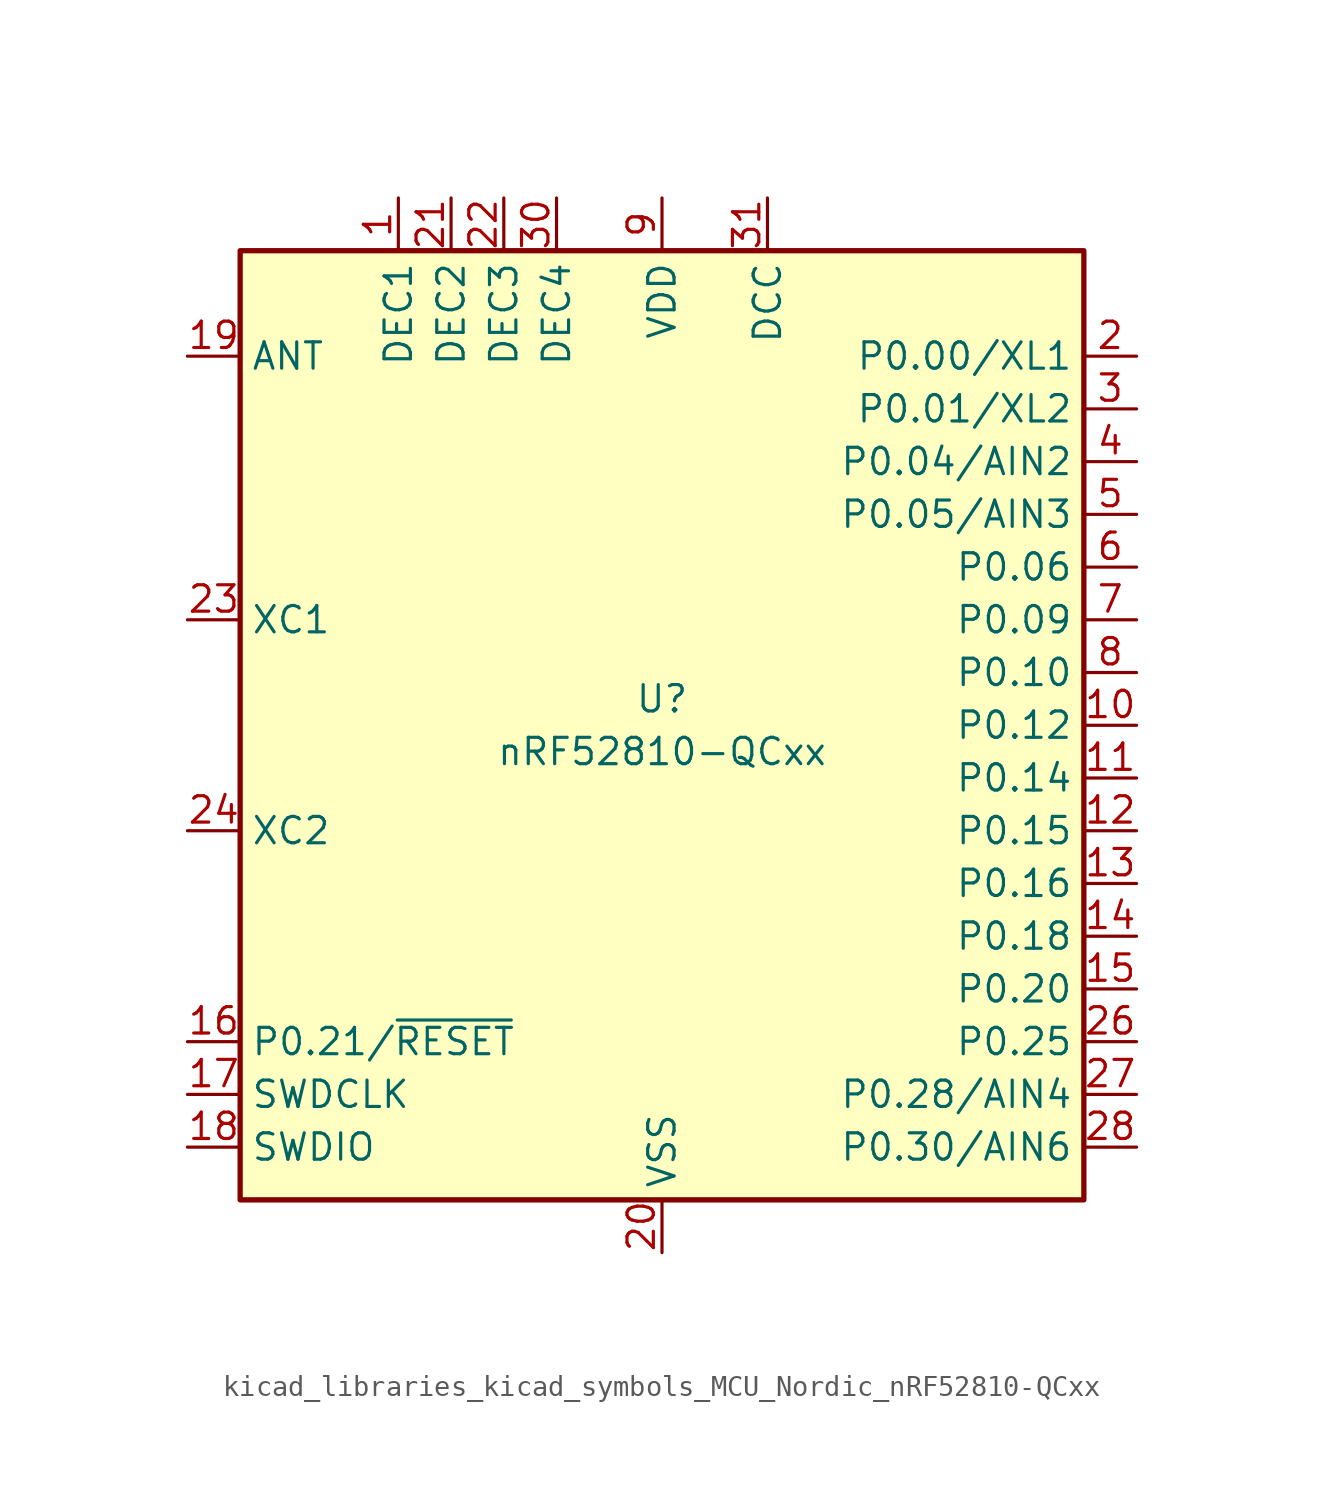
<source format=kicad_sym>
(kicad_symbol_lib
  (version 20220914)
  (generator kicad_symbol_editor)
  (symbol "kicad_libraries_kicad_symbols_MCU_Nordic_nRF52810-QCxx"
    (property "Reference" "U"
      (at 0 1.27 0)
      (effects (font (size 1.27 1.27))))
    (property "Value" "nRF52810-QCxx"
      (at 0 -1.27 0)
      (effects (font (size 1.27 1.27))))
    (symbol "kicad_libraries_kicad_symbols_MCU_Nordic_nRF52810-QCxx_0_1"
      (rectangle (start -20.32 22.86) (end 20.32 -22.86) (stroke (width 0.254) (type default)) (fill (type background))))
    (symbol "kicad_libraries_kicad_symbols_MCU_Nordic_nRF52810-QCxx_1_1"
      (pin passive line (at -12.7 25.4 270) (length 2.54) (name "DEC1" (effects (font (size 1.27 1.27)))) (number "1" (effects (font (size 1.27 1.27)))))
      (pin bidirectional line (at 22.86 0 180) (length 2.54) (name "P0.12" (effects (font (size 1.27 1.27)))) (number "10" (effects (font (size 1.27 1.27)))))
      (pin bidirectional line (at 22.86 -2.54 180) (length 2.54) (name "P0.14" (effects (font (size 1.27 1.27)))) (number "11" (effects (font (size 1.27 1.27)))))
      (pin bidirectional line (at 22.86 -5.08 180) (length 2.54) (name "P0.15" (effects (font (size 1.27 1.27)))) (number "12" (effects (font (size 1.27 1.27)))))
      (pin bidirectional line (at 22.86 -7.62 180) (length 2.54) (name "P0.16" (effects (font (size 1.27 1.27)))) (number "13" (effects (font (size 1.27 1.27)))))
      (pin bidirectional line (at 22.86 -10.16 180) (length 2.54) (name "P0.18" (effects (font (size 1.27 1.27)))) (number "14" (effects (font (size 1.27 1.27)))))
      (pin bidirectional line (at 22.86 -12.7 180) (length 2.54) (name "P0.20" (effects (font (size 1.27 1.27)))) (number "15" (effects (font (size 1.27 1.27)))))
      (pin bidirectional line (at -22.86 -15.24 0) (length 2.54) (name "P0.21/~{RESET}" (effects (font (size 1.27 1.27)))) (number "16" (effects (font (size 1.27 1.27)))))
      (pin input line (at -22.86 -17.78 0) (length 2.54) (name "SWDCLK" (effects (font (size 1.27 1.27)))) (number "17" (effects (font (size 1.27 1.27)))))
      (pin bidirectional line (at -22.86 -20.32 0) (length 2.54) (name "SWDIO" (effects (font (size 1.27 1.27)))) (number "18" (effects (font (size 1.27 1.27)))))
      (pin passive line (at -22.86 17.78 0) (length 2.54) (name "ANT" (effects (font (size 1.27 1.27)))) (number "19" (effects (font (size 1.27 1.27)))))
      (pin bidirectional line (at 22.86 17.78 180) (length 2.54) (name "P0.00/XL1" (effects (font (size 1.27 1.27)))) (number "2" (effects (font (size 1.27 1.27)))))
      (pin power_in line (at 0 -25.4 90) (length 2.54) (name "VSS" (effects (font (size 1.27 1.27)))) (number "20" (effects (font (size 1.27 1.27)))))
      (pin passive line (at -10.16 25.4 270) (length 2.54) (name "DEC2" (effects (font (size 1.27 1.27)))) (number "21" (effects (font (size 1.27 1.27)))))
      (pin passive line (at -7.62 25.4 270) (length 2.54) (name "DEC3" (effects (font (size 1.27 1.27)))) (number "22" (effects (font (size 1.27 1.27)))))
      (pin input line (at -22.86 5.08 0) (length 2.54) (name "XC1" (effects (font (size 1.27 1.27)))) (number "23" (effects (font (size 1.27 1.27)))))
      (pin input line (at -22.86 -5.08 0) (length 2.54) (name "XC2" (effects (font (size 1.27 1.27)))) (number "24" (effects (font (size 1.27 1.27)))))
      (pin passive line (at 0 25.4 270) (length 2.54) hide (name "VDD" (effects (font (size 1.27 1.27)))) (number "25" (effects (font (size 1.27 1.27)))))
      (pin bidirectional line (at 22.86 -15.24 180) (length 2.54) (name "P0.25" (effects (font (size 1.27 1.27)))) (number "26" (effects (font (size 1.27 1.27)))))
      (pin bidirectional line (at 22.86 -17.78 180) (length 2.54) (name "P0.28/AIN4" (effects (font (size 1.27 1.27)))) (number "27" (effects (font (size 1.27 1.27)))))
      (pin bidirectional line (at 22.86 -20.32 180) (length 2.54) (name "P0.30/AIN6" (effects (font (size 1.27 1.27)))) (number "28" (effects (font (size 1.27 1.27)))))
      (pin passive line (at 0 -25.4 90) (length 2.54) hide (name "VSS" (effects (font (size 1.27 1.27)))) (number "29" (effects (font (size 1.27 1.27)))))
      (pin bidirectional line (at 22.86 15.24 180) (length 2.54) (name "P0.01/XL2" (effects (font (size 1.27 1.27)))) (number "3" (effects (font (size 1.27 1.27)))))
      (pin passive line (at -5.08 25.4 270) (length 2.54) (name "DEC4" (effects (font (size 1.27 1.27)))) (number "30" (effects (font (size 1.27 1.27)))))
      (pin power_out line (at 5.08 25.4 270) (length 2.54) (name "DCC" (effects (font (size 1.27 1.27)))) (number "31" (effects (font (size 1.27 1.27)))))
      (pin passive line (at 0 25.4 270) (length 2.54) hide (name "VDD" (effects (font (size 1.27 1.27)))) (number "32" (effects (font (size 1.27 1.27)))))
      (pin passive line (at 0 -25.4 90) (length 2.54) hide (name "VSS" (effects (font (size 1.27 1.27)))) (number "33" (effects (font (size 1.27 1.27)))))
      (pin bidirectional line (at 22.86 12.7 180) (length 2.54) (name "P0.04/AIN2" (effects (font (size 1.27 1.27)))) (number "4" (effects (font (size 1.27 1.27)))))
      (pin bidirectional line (at 22.86 10.16 180) (length 2.54) (name "P0.05/AIN3" (effects (font (size 1.27 1.27)))) (number "5" (effects (font (size 1.27 1.27)))))
      (pin bidirectional line (at 22.86 7.62 180) (length 2.54) (name "P0.06" (effects (font (size 1.27 1.27)))) (number "6" (effects (font (size 1.27 1.27)))))
      (pin bidirectional line (at 22.86 5.08 180) (length 2.54) (name "P0.09" (effects (font (size 1.27 1.27)))) (number "7" (effects (font (size 1.27 1.27)))))
      (pin bidirectional line (at 22.86 2.54 180) (length 2.54) (name "P0.10" (effects (font (size 1.27 1.27)))) (number "8" (effects (font (size 1.27 1.27)))))
      (pin power_in line (at 0 25.4 270) (length 2.54) (name "VDD" (effects (font (size 1.27 1.27)))) (number "9" (effects (font (size 1.27 1.27))))))))
</source>
